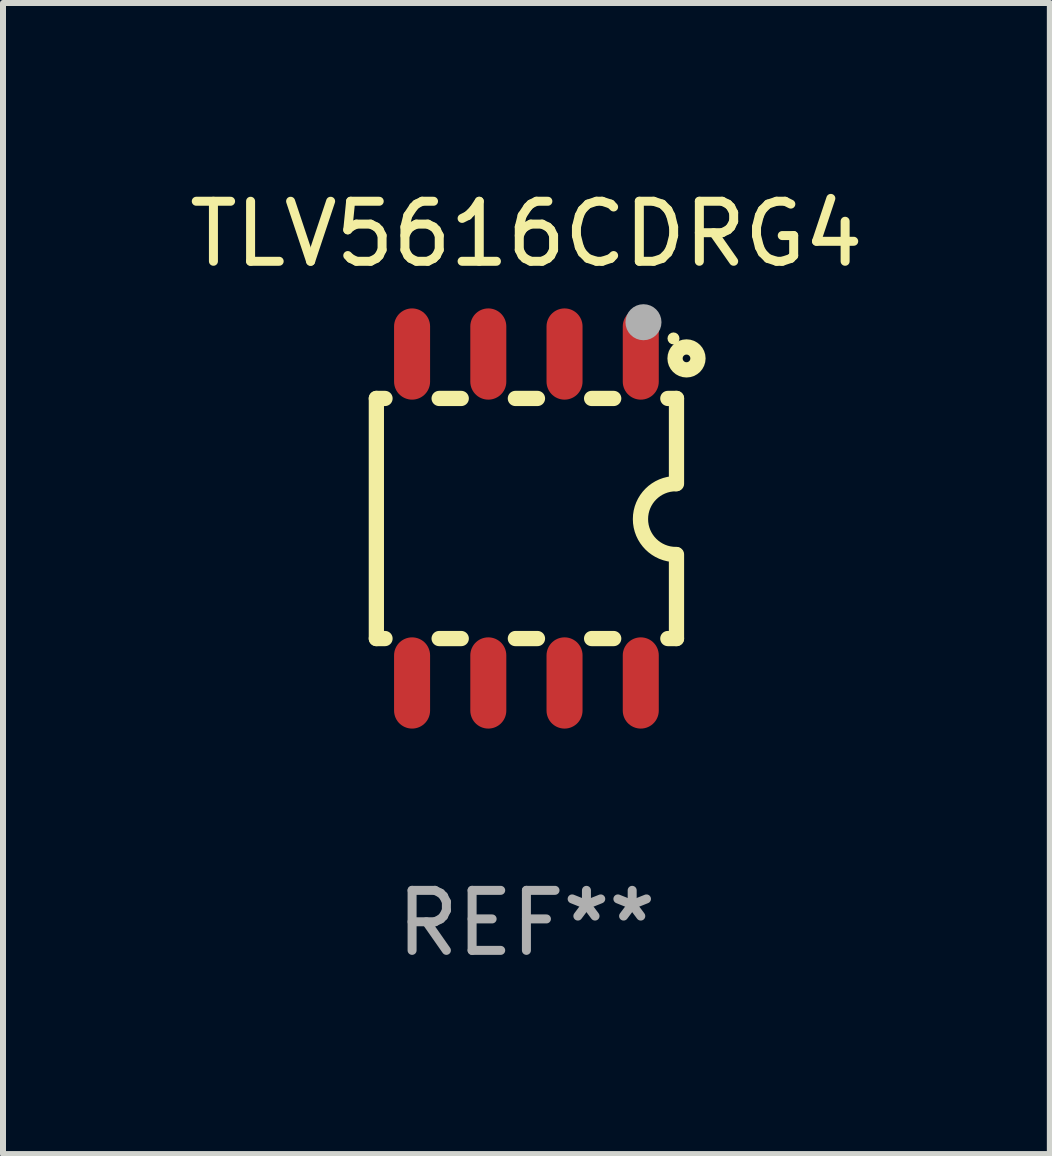
<source format=kicad_pcb>
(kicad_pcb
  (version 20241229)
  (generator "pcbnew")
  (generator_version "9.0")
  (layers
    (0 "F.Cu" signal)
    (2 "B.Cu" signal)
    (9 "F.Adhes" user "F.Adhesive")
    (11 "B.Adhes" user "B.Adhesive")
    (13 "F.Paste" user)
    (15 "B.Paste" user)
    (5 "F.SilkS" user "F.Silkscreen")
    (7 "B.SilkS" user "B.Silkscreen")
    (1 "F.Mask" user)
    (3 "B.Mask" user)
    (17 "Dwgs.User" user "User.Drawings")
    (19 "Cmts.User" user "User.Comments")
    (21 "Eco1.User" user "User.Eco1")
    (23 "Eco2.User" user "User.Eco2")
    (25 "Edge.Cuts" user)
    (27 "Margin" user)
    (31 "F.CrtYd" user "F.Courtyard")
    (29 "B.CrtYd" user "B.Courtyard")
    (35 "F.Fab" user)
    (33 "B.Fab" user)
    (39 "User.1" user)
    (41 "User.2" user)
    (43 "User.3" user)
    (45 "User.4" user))
  (footprint "TLV5616CDRG4"
    (layer "F.Cu")
    (at 5.72 5.588)
    (property "Reference" "TLV5616CDRG4" (at 0 -4.74 0) (layer "F.SilkS") (effects (font (size 1 1) (thickness 0.15))))
    (attr through_hole)
    (fp_line (start -2.5 2) (end -2.5 -2) (stroke (width 0.254) (type solid)) (layer "F.SilkS"))
    (fp_line (start -2.356 -2) (end -2.5 -2) (stroke (width 0.254) (type solid)) (layer "F.SilkS"))
    (fp_line (start -2.356 2) (end -2.5 2) (stroke (width 0.254) (type solid)) (layer "F.SilkS"))
    (fp_line (start -1.086 -2) (end -1.454 -2) (stroke (width 0.254) (type solid)) (layer "F.SilkS"))
    (fp_line (start -1.086 2) (end -1.454 2) (stroke (width 0.254) (type solid)) (layer "F.SilkS"))
    (fp_line (start 0.184 -2) (end -0.184 -2) (stroke (width 0.254) (type solid)) (layer "F.SilkS"))
    (fp_line (start 0.184 2) (end -0.184 2) (stroke (width 0.254) (type solid)) (layer "F.SilkS"))
    (fp_line (start 1.454 -2) (end 1.086 -2) (stroke (width 0.254) (type solid)) (layer "F.SilkS"))
    (fp_line (start 1.454 2) (end 1.086 2) (stroke (width 0.254) (type solid)) (layer "F.SilkS"))
    (fp_line (start 2.5 -2) (end 2.356 -2) (stroke (width 0.254) (type solid)) (layer "F.SilkS"))
    (fp_line (start 2.5 -0.58) (end 2.5 -2) (stroke (width 0.254) (type solid)) (layer "F.SilkS"))
    (fp_line (start 2.5 2) (end 2.356 2) (stroke (width 0.254) (type solid)) (layer "F.SilkS"))
    (fp_line (start 2.5 2) (end 2.5 0.6) (stroke (width 0.254) (type solid)) (layer "F.SilkS"))
    (fp_arc (start 2.489992 0.600051) (mid 1.901674 0.010046) (end 2.489992 -0.579959) (stroke (width 0.254001) (type solid)) (layer "F.SilkS"))
    (fp_circle (center 2.45 -3) (end 2.5 -3) (stroke (width 0.1) (type solid)) (fill no) (layer "F.SilkS"))
    (fp_circle (center 2.667 -2.667) (end 2.858 -2.667) (stroke (width 0.254) (type solid)) (fill no) (layer "F.SilkS"))
    (fp_circle (center 1.95 -3.27) (end 2.1 -3.27) (stroke (width 0.3) (type solid)) (fill no) (layer "F.Fab"))
    (fp_text user "REF**" (at 0 6.74 0) (layer "F.Fab") (effects (font (size 1 1) (thickness 0.15))))
    (pad "1" smd oval (at 1.905 -2.74) (size 0.6 1.52) (layers "F.Cu" "F.Mask" "F.Paste"))
    (pad "2" smd oval (at 0.635 -2.74) (size 0.6 1.52) (layers "F.Cu" "F.Mask" "F.Paste"))
    (pad "3" smd oval (at -0.635 -2.74) (size 0.6 1.52) (layers "F.Cu" "F.Mask" "F.Paste"))
    (pad "4" smd oval (at -1.905 -2.74) (size 0.6 1.52) (layers "F.Cu" "F.Mask" "F.Paste"))
    (pad "5" smd oval (at -1.905 2.74) (size 0.6 1.52) (layers "F.Cu" "F.Mask" "F.Paste"))
    (pad "6" smd oval (at -0.635 2.74) (size 0.6 1.52) (layers "F.Cu" "F.Mask" "F.Paste"))
    (pad "7" smd oval (at 0.635 2.74) (size 0.6 1.52) (layers "F.Cu" "F.Mask" "F.Paste"))
    (pad "8" smd oval (at 1.905 2.74) (size 0.6 1.52) (layers "F.Cu" "F.Mask" "F.Paste")))
  (gr_rect
    (start -3 -3)
    (end 14.44 16.176)
    (stroke (width 0.1) (type default))
    (fill no)
    (layer "Edge.Cuts")))
</source>
